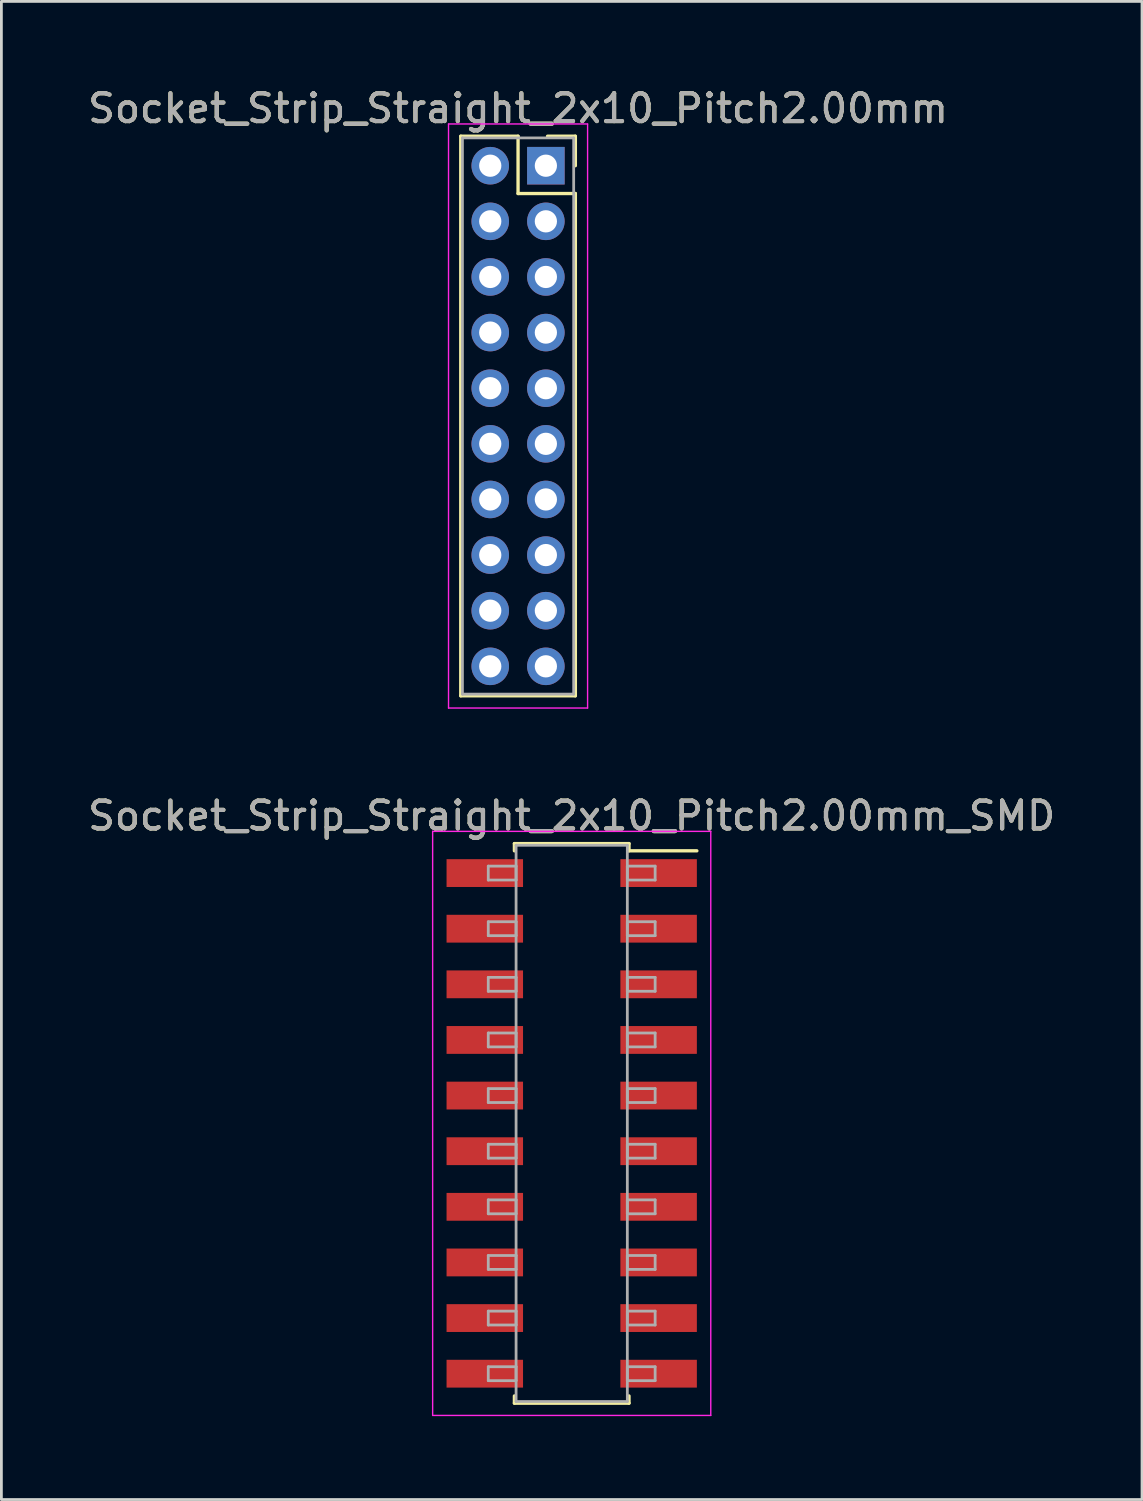
<source format=kicad_pcb>
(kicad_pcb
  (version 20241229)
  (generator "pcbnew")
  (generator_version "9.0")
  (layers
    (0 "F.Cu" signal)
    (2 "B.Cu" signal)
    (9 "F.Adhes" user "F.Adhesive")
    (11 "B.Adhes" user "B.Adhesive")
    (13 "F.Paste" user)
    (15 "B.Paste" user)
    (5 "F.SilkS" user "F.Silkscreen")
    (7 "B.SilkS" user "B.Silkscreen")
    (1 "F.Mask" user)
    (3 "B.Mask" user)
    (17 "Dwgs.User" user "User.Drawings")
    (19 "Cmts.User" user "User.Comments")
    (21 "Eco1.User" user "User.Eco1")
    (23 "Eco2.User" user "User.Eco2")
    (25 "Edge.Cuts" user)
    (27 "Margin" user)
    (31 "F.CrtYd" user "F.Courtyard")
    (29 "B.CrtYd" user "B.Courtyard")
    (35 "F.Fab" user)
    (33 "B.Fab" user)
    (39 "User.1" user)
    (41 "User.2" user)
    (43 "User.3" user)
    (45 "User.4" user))
  (footprint "Socket_Strip_Straight_2x10_Pitch2.00mm"
    (layer "F.Cu")
    (at 16.577 2.908)
    (property "Reference" "Socket_Strip_Straight_2x10_Pitch2.00mm" (at -1 -2.06 0) (layer "F.SilkS") (effects (font (size 1 1) (thickness 0.15))))
    (attr through_hole)
    (fp_line (start -3.06 -1.06) (end -1 -1.06) (stroke (width 0.12) (type solid)) (layer "F.SilkS"))
    (fp_line (start -3.06 19.06) (end -3.06 -1.06) (stroke (width 0.12) (type solid)) (layer "F.SilkS"))
    (fp_line (start -1 -1.06) (end -1 1) (stroke (width 0.12) (type solid)) (layer "F.SilkS"))
    (fp_line (start -1 1) (end 1.06 1) (stroke (width 0.12) (type solid)) (layer "F.SilkS"))
    (fp_line (start 1.06 -1.06) (end 0.06 -1.06) (stroke (width 0.12) (type solid)) (layer "F.SilkS"))
    (fp_line (start 1.06 0) (end 1.06 -1.06) (stroke (width 0.12) (type solid)) (layer "F.SilkS"))
    (fp_line (start 1.06 1) (end 1.06 19.06) (stroke (width 0.12) (type solid)) (layer "F.SilkS"))
    (fp_line (start 1.06 19.06) (end -3.06 19.06) (stroke (width 0.12) (type solid)) (layer "F.SilkS"))
    (fp_line (start -3.5 -1.5) (end -3.5 19.5) (stroke (width 0.05) (type solid)) (layer "F.CrtYd"))
    (fp_line (start -3.5 19.5) (end 1.5 19.5) (stroke (width 0.05) (type solid)) (layer "F.CrtYd"))
    (fp_line (start 1.5 -1.5) (end -3.5 -1.5) (stroke (width 0.05) (type solid)) (layer "F.CrtYd"))
    (fp_line (start 1.5 19.5) (end 1.5 -1.5) (stroke (width 0.05) (type solid)) (layer "F.CrtYd"))
    (fp_line (start -3 -1) (end -3 19) (stroke (width 0.1) (type solid)) (layer "F.Fab"))
    (fp_line (start -3 19) (end 1 19) (stroke (width 0.1) (type solid)) (layer "F.Fab"))
    (fp_line (start 1 -1) (end -3 -1) (stroke (width 0.1) (type solid)) (layer "F.Fab"))
    (fp_line (start 1 19) (end 1 -1) (stroke (width 0.1) (type solid)) (layer "F.Fab"))
    (fp_text user "${REFERENCE}" (at -1 -2.06 0) (layer "F.Fab") (effects (font (size 1 1) (thickness 0.15))))
    (pad "1" thru_hole rect (at 0 0) (size 1.35 1.35) (drill 0.8) (layers "*.Cu" "*.Mask"))
    (pad "2" thru_hole oval (at -2 0) (size 1.35 1.35) (drill 0.8) (layers "*.Cu" "*.Mask"))
    (pad "3" thru_hole oval (at 0 2) (size 1.35 1.35) (drill 0.8) (layers "*.Cu" "*.Mask"))
    (pad "4" thru_hole oval (at -2 2) (size 1.35 1.35) (drill 0.8) (layers "*.Cu" "*.Mask"))
    (pad "5" thru_hole oval (at 0 4) (size 1.35 1.35) (drill 0.8) (layers "*.Cu" "*.Mask"))
    (pad "6" thru_hole oval (at -2 4) (size 1.35 1.35) (drill 0.8) (layers "*.Cu" "*.Mask"))
    (pad "7" thru_hole oval (at 0 6) (size 1.35 1.35) (drill 0.8) (layers "*.Cu" "*.Mask"))
    (pad "8" thru_hole oval (at -2 6) (size 1.35 1.35) (drill 0.8) (layers "*.Cu" "*.Mask"))
    (pad "9" thru_hole oval (at 0 8) (size 1.35 1.35) (drill 0.8) (layers "*.Cu" "*.Mask"))
    (pad "10" thru_hole oval (at -2 8) (size 1.35 1.35) (drill 0.8) (layers "*.Cu" "*.Mask"))
    (pad "11" thru_hole oval (at 0 10) (size 1.35 1.35) (drill 0.8) (layers "*.Cu" "*.Mask"))
    (pad "12" thru_hole oval (at -2 10) (size 1.35 1.35) (drill 0.8) (layers "*.Cu" "*.Mask"))
    (pad "13" thru_hole oval (at 0 12) (size 1.35 1.35) (drill 0.8) (layers "*.Cu" "*.Mask"))
    (pad "14" thru_hole oval (at -2 12) (size 1.35 1.35) (drill 0.8) (layers "*.Cu" "*.Mask"))
    (pad "15" thru_hole oval (at 0 14) (size 1.35 1.35) (drill 0.8) (layers "*.Cu" "*.Mask"))
    (pad "16" thru_hole oval (at -2 14) (size 1.35 1.35) (drill 0.8) (layers "*.Cu" "*.Mask"))
    (pad "17" thru_hole oval (at 0 16) (size 1.35 1.35) (drill 0.8) (layers "*.Cu" "*.Mask"))
    (pad "18" thru_hole oval (at -2 16) (size 1.35 1.35) (drill 0.8) (layers "*.Cu" "*.Mask"))
    (pad "19" thru_hole oval (at 0 18) (size 1.35 1.35) (drill 0.8) (layers "*.Cu" "*.Mask"))
    (pad "20" thru_hole oval (at -2 18) (size 1.35 1.35) (drill 0.8) (layers "*.Cu" "*.Mask")))
  (footprint "Socket_Strip_Straight_2x10_Pitch2.00mm_SMD"
    (layer "F.Cu")
    (at 17.506 37.342)
    (property "Reference" "Socket_Strip_Straight_2x10_Pitch2.00mm_SMD" (at 0 -11.06 0) (layer "F.SilkS") (effects (font (size 1 1) (thickness 0.15))))
    (attr smd)
    (fp_line (start -2.06 -10.06) (end 2.06 -10.06) (stroke (width 0.12) (type solid)) (layer "F.SilkS"))
    (fp_line (start -2.06 -9.8) (end -2.06 -10.06) (stroke (width 0.12) (type solid)) (layer "F.SilkS"))
    (fp_line (start -2.06 9.8) (end -2.06 10.06) (stroke (width 0.12) (type solid)) (layer "F.SilkS"))
    (fp_line (start -2.06 10.06) (end 2.06 10.06) (stroke (width 0.12) (type solid)) (layer "F.SilkS"))
    (fp_line (start 2.06 -10.06) (end 2.06 -9.8) (stroke (width 0.12) (type solid)) (layer "F.SilkS"))
    (fp_line (start 2.06 10.06) (end 2.06 9.8) (stroke (width 0.12) (type solid)) (layer "F.SilkS"))
    (fp_line (start 4.5 -9.8) (end 2.06 -9.8) (stroke (width 0.12) (type solid)) (layer "F.SilkS"))
    (fp_line (start -5 -10.5) (end -5 10.5) (stroke (width 0.05) (type solid)) (layer "F.CrtYd"))
    (fp_line (start -5 10.5) (end 5 10.5) (stroke (width 0.05) (type solid)) (layer "F.CrtYd"))
    (fp_line (start 5 -10.5) (end -5 -10.5) (stroke (width 0.05) (type solid)) (layer "F.CrtYd"))
    (fp_line (start 5 10.5) (end 5 -10.5) (stroke (width 0.05) (type solid)) (layer "F.CrtYd"))
    (fp_line (start -3 -9.25) (end -2 -9.25) (stroke (width 0.1) (type solid)) (layer "F.Fab"))
    (fp_line (start -3 -8.75) (end -3 -9.25) (stroke (width 0.1) (type solid)) (layer "F.Fab"))
    (fp_line (start -3 -7.25) (end -2 -7.25) (stroke (width 0.1) (type solid)) (layer "F.Fab"))
    (fp_line (start -3 -6.75) (end -3 -7.25) (stroke (width 0.1) (type solid)) (layer "F.Fab"))
    (fp_line (start -3 -5.25) (end -2 -5.25) (stroke (width 0.1) (type solid)) (layer "F.Fab"))
    (fp_line (start -3 -4.75) (end -3 -5.25) (stroke (width 0.1) (type solid)) (layer "F.Fab"))
    (fp_line (start -3 -3.25) (end -2 -3.25) (stroke (width 0.1) (type solid)) (layer "F.Fab"))
    (fp_line (start -3 -2.75) (end -3 -3.25) (stroke (width 0.1) (type solid)) (layer "F.Fab"))
    (fp_line (start -3 -1.25) (end -2 -1.25) (stroke (width 0.1) (type solid)) (layer "F.Fab"))
    (fp_line (start -3 -0.75) (end -3 -1.25) (stroke (width 0.1) (type solid)) (layer "F.Fab"))
    (fp_line (start -3 0.75) (end -2 0.75) (stroke (width 0.1) (type solid)) (layer "F.Fab"))
    (fp_line (start -3 1.25) (end -3 0.75) (stroke (width 0.1) (type solid)) (layer "F.Fab"))
    (fp_line (start -3 2.75) (end -2 2.75) (stroke (width 0.1) (type solid)) (layer "F.Fab"))
    (fp_line (start -3 3.25) (end -3 2.75) (stroke (width 0.1) (type solid)) (layer "F.Fab"))
    (fp_line (start -3 4.75) (end -2 4.75) (stroke (width 0.1) (type solid)) (layer "F.Fab"))
    (fp_line (start -3 5.25) (end -3 4.75) (stroke (width 0.1) (type solid)) (layer "F.Fab"))
    (fp_line (start -3 6.75) (end -2 6.75) (stroke (width 0.1) (type solid)) (layer "F.Fab"))
    (fp_line (start -3 7.25) (end -3 6.75) (stroke (width 0.1) (type solid)) (layer "F.Fab"))
    (fp_line (start -3 8.75) (end -2 8.75) (stroke (width 0.1) (type solid)) (layer "F.Fab"))
    (fp_line (start -3 9.25) (end -3 8.75) (stroke (width 0.1) (type solid)) (layer "F.Fab"))
    (fp_line (start -2 -10) (end -2 10) (stroke (width 0.1) (type solid)) (layer "F.Fab"))
    (fp_line (start -2 -9.25) (end -2 -8.75) (stroke (width 0.1) (type solid)) (layer "F.Fab"))
    (fp_line (start -2 -8.75) (end -3 -8.75) (stroke (width 0.1) (type solid)) (layer "F.Fab"))
    (fp_line (start -2 -7.25) (end -2 -6.75) (stroke (width 0.1) (type solid)) (layer "F.Fab"))
    (fp_line (start -2 -6.75) (end -3 -6.75) (stroke (width 0.1) (type solid)) (layer "F.Fab"))
    (fp_line (start -2 -5.25) (end -2 -4.75) (stroke (width 0.1) (type solid)) (layer "F.Fab"))
    (fp_line (start -2 -4.75) (end -3 -4.75) (stroke (width 0.1) (type solid)) (layer "F.Fab"))
    (fp_line (start -2 -3.25) (end -2 -2.75) (stroke (width 0.1) (type solid)) (layer "F.Fab"))
    (fp_line (start -2 -2.75) (end -3 -2.75) (stroke (width 0.1) (type solid)) (layer "F.Fab"))
    (fp_line (start -2 -1.25) (end -2 -0.75) (stroke (width 0.1) (type solid)) (layer "F.Fab"))
    (fp_line (start -2 -0.75) (end -3 -0.75) (stroke (width 0.1) (type solid)) (layer "F.Fab"))
    (fp_line (start -2 0.75) (end -2 1.25) (stroke (width 0.1) (type solid)) (layer "F.Fab"))
    (fp_line (start -2 1.25) (end -3 1.25) (stroke (width 0.1) (type solid)) (layer "F.Fab"))
    (fp_line (start -2 2.75) (end -2 3.25) (stroke (width 0.1) (type solid)) (layer "F.Fab"))
    (fp_line (start -2 3.25) (end -3 3.25) (stroke (width 0.1) (type solid)) (layer "F.Fab"))
    (fp_line (start -2 4.75) (end -2 5.25) (stroke (width 0.1) (type solid)) (layer "F.Fab"))
    (fp_line (start -2 5.25) (end -3 5.25) (stroke (width 0.1) (type solid)) (layer "F.Fab"))
    (fp_line (start -2 6.75) (end -2 7.25) (stroke (width 0.1) (type solid)) (layer "F.Fab"))
    (fp_line (start -2 7.25) (end -3 7.25) (stroke (width 0.1) (type solid)) (layer "F.Fab"))
    (fp_line (start -2 8.75) (end -2 9.25) (stroke (width 0.1) (type solid)) (layer "F.Fab"))
    (fp_line (start -2 9.25) (end -3 9.25) (stroke (width 0.1) (type solid)) (layer "F.Fab"))
    (fp_line (start -2 10) (end 2 10) (stroke (width 0.1) (type solid)) (layer "F.Fab"))
    (fp_line (start 2 -10) (end -2 -10) (stroke (width 0.1) (type solid)) (layer "F.Fab"))
    (fp_line (start 2 -9.25) (end 2 -8.75) (stroke (width 0.1) (type solid)) (layer "F.Fab"))
    (fp_line (start 2 -8.75) (end 3 -8.75) (stroke (width 0.1) (type solid)) (layer "F.Fab"))
    (fp_line (start 2 -7.25) (end 2 -6.75) (stroke (width 0.1) (type solid)) (layer "F.Fab"))
    (fp_line (start 2 -6.75) (end 3 -6.75) (stroke (width 0.1) (type solid)) (layer "F.Fab"))
    (fp_line (start 2 -5.25) (end 2 -4.75) (stroke (width 0.1) (type solid)) (layer "F.Fab"))
    (fp_line (start 2 -4.75) (end 3 -4.75) (stroke (width 0.1) (type solid)) (layer "F.Fab"))
    (fp_line (start 2 -3.25) (end 2 -2.75) (stroke (width 0.1) (type solid)) (layer "F.Fab"))
    (fp_line (start 2 -2.75) (end 3 -2.75) (stroke (width 0.1) (type solid)) (layer "F.Fab"))
    (fp_line (start 2 -1.25) (end 2 -0.75) (stroke (width 0.1) (type solid)) (layer "F.Fab"))
    (fp_line (start 2 -0.75) (end 3 -0.75) (stroke (width 0.1) (type solid)) (layer "F.Fab"))
    (fp_line (start 2 0.75) (end 2 1.25) (stroke (width 0.1) (type solid)) (layer "F.Fab"))
    (fp_line (start 2 1.25) (end 3 1.25) (stroke (width 0.1) (type solid)) (layer "F.Fab"))
    (fp_line (start 2 2.75) (end 2 3.25) (stroke (width 0.1) (type solid)) (layer "F.Fab"))
    (fp_line (start 2 3.25) (end 3 3.25) (stroke (width 0.1) (type solid)) (layer "F.Fab"))
    (fp_line (start 2 4.75) (end 2 5.25) (stroke (width 0.1) (type solid)) (layer "F.Fab"))
    (fp_line (start 2 5.25) (end 3 5.25) (stroke (width 0.1) (type solid)) (layer "F.Fab"))
    (fp_line (start 2 6.75) (end 2 7.25) (stroke (width 0.1) (type solid)) (layer "F.Fab"))
    (fp_line (start 2 7.25) (end 3 7.25) (stroke (width 0.1) (type solid)) (layer "F.Fab"))
    (fp_line (start 2 8.75) (end 2 9.25) (stroke (width 0.1) (type solid)) (layer "F.Fab"))
    (fp_line (start 2 9.25) (end 3 9.25) (stroke (width 0.1) (type solid)) (layer "F.Fab"))
    (fp_line (start 2 10) (end 2 -10) (stroke (width 0.1) (type solid)) (layer "F.Fab"))
    (fp_line (start 3 -9.25) (end 2 -9.25) (stroke (width 0.1) (type solid)) (layer "F.Fab"))
    (fp_line (start 3 -8.75) (end 3 -9.25) (stroke (width 0.1) (type solid)) (layer "F.Fab"))
    (fp_line (start 3 -7.25) (end 2 -7.25) (stroke (width 0.1) (type solid)) (layer "F.Fab"))
    (fp_line (start 3 -6.75) (end 3 -7.25) (stroke (width 0.1) (type solid)) (layer "F.Fab"))
    (fp_line (start 3 -5.25) (end 2 -5.25) (stroke (width 0.1) (type solid)) (layer "F.Fab"))
    (fp_line (start 3 -4.75) (end 3 -5.25) (stroke (width 0.1) (type solid)) (layer "F.Fab"))
    (fp_line (start 3 -3.25) (end 2 -3.25) (stroke (width 0.1) (type solid)) (layer "F.Fab"))
    (fp_line (start 3 -2.75) (end 3 -3.25) (stroke (width 0.1) (type solid)) (layer "F.Fab"))
    (fp_line (start 3 -1.25) (end 2 -1.25) (stroke (width 0.1) (type solid)) (layer "F.Fab"))
    (fp_line (start 3 -0.75) (end 3 -1.25) (stroke (width 0.1) (type solid)) (layer "F.Fab"))
    (fp_line (start 3 0.75) (end 2 0.75) (stroke (width 0.1) (type solid)) (layer "F.Fab"))
    (fp_line (start 3 1.25) (end 3 0.75) (stroke (width 0.1) (type solid)) (layer "F.Fab"))
    (fp_line (start 3 2.75) (end 2 2.75) (stroke (width 0.1) (type solid)) (layer "F.Fab"))
    (fp_line (start 3 3.25) (end 3 2.75) (stroke (width 0.1) (type solid)) (layer "F.Fab"))
    (fp_line (start 3 4.75) (end 2 4.75) (stroke (width 0.1) (type solid)) (layer "F.Fab"))
    (fp_line (start 3 5.25) (end 3 4.75) (stroke (width 0.1) (type solid)) (layer "F.Fab"))
    (fp_line (start 3 6.75) (end 2 6.75) (stroke (width 0.1) (type solid)) (layer "F.Fab"))
    (fp_line (start 3 7.25) (end 3 6.75) (stroke (width 0.1) (type solid)) (layer "F.Fab"))
    (fp_line (start 3 8.75) (end 2 8.75) (stroke (width 0.1) (type solid)) (layer "F.Fab"))
    (fp_line (start 3 9.25) (end 3 8.75) (stroke (width 0.1) (type solid)) (layer "F.Fab"))
    (fp_text user "${REFERENCE}" (at 0 -11.06 0) (layer "F.Fab") (effects (font (size 1 1) (thickness 0.15))))
    (pad "1" smd rect (at 3.125 -9) (size 2.75 1) (layers "F.Cu" "F.Mask" "F.Paste"))
    (pad "2" smd rect (at -3.125 -9) (size 2.75 1) (layers "F.Cu" "F.Mask" "F.Paste"))
    (pad "3" smd rect (at 3.125 -7) (size 2.75 1) (layers "F.Cu" "F.Mask" "F.Paste"))
    (pad "4" smd rect (at -3.125 -7) (size 2.75 1) (layers "F.Cu" "F.Mask" "F.Paste"))
    (pad "5" smd rect (at 3.125 -5) (size 2.75 1) (layers "F.Cu" "F.Mask" "F.Paste"))
    (pad "6" smd rect (at -3.125 -5) (size 2.75 1) (layers "F.Cu" "F.Mask" "F.Paste"))
    (pad "7" smd rect (at 3.125 -3) (size 2.75 1) (layers "F.Cu" "F.Mask" "F.Paste"))
    (pad "8" smd rect (at -3.125 -3) (size 2.75 1) (layers "F.Cu" "F.Mask" "F.Paste"))
    (pad "9" smd rect (at 3.125 -1) (size 2.75 1) (layers "F.Cu" "F.Mask" "F.Paste"))
    (pad "10" smd rect (at -3.125 -1) (size 2.75 1) (layers "F.Cu" "F.Mask" "F.Paste"))
    (pad "11" smd rect (at 3.125 1) (size 2.75 1) (layers "F.Cu" "F.Mask" "F.Paste"))
    (pad "12" smd rect (at -3.125 1) (size 2.75 1) (layers "F.Cu" "F.Mask" "F.Paste"))
    (pad "13" smd rect (at 3.125 3) (size 2.75 1) (layers "F.Cu" "F.Mask" "F.Paste"))
    (pad "14" smd rect (at -3.125 3) (size 2.75 1) (layers "F.Cu" "F.Mask" "F.Paste"))
    (pad "15" smd rect (at 3.125 5) (size 2.75 1) (layers "F.Cu" "F.Mask" "F.Paste"))
    (pad "16" smd rect (at -3.125 5) (size 2.75 1) (layers "F.Cu" "F.Mask" "F.Paste"))
    (pad "17" smd rect (at 3.125 7) (size 2.75 1) (layers "F.Cu" "F.Mask" "F.Paste"))
    (pad "18" smd rect (at -3.125 7) (size 2.75 1) (layers "F.Cu" "F.Mask" "F.Paste"))
    (pad "19" smd rect (at 3.125 9) (size 2.75 1) (layers "F.Cu" "F.Mask" "F.Paste"))
    (pad "20" smd rect (at -3.125 9) (size 2.75 1) (layers "F.Cu" "F.Mask" "F.Paste")))
  (gr_rect
    (start -3 -3)
    (end 38.012 50.867)
    (stroke (width 0.1) (type default))
    (fill no)
    (layer "Edge.Cuts")))
</source>
